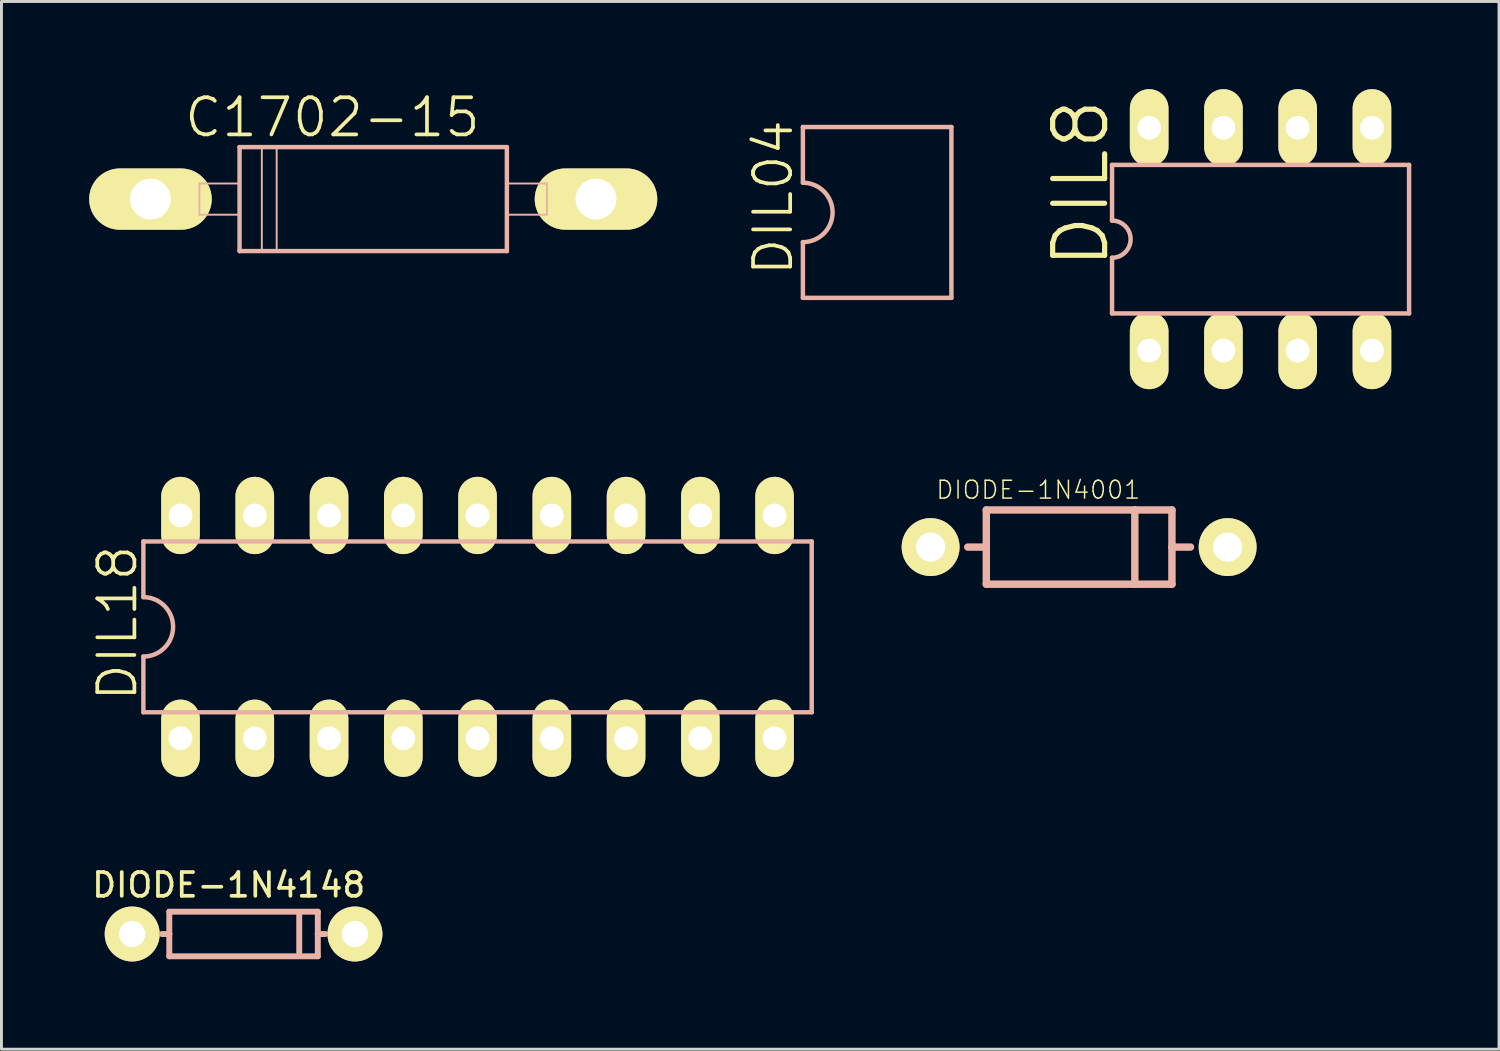
<source format=kicad_pcb>
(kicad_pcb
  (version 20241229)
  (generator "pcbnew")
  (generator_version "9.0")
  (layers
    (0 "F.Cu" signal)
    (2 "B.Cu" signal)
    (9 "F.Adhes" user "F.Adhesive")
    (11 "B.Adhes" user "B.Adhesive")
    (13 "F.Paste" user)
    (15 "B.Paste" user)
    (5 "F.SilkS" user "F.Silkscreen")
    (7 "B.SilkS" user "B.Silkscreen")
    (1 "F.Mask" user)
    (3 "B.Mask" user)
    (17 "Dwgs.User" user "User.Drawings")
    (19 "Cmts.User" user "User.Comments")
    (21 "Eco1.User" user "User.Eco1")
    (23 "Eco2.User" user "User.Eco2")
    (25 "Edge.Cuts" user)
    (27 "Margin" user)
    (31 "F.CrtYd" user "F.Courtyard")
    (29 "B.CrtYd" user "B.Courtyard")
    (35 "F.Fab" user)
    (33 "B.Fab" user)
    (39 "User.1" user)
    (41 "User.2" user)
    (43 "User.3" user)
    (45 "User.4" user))
  (footprint "DIODE-1N4001"
    (layer "F.Cu")
    (at 33.862 15.663)
    (property "Reference" "DIODE-1N4001" (at -1.397 -1.956 0) (layer "F.SilkS") (effects (font (size 0.61 0.61) (thickness 0.051))))
    (attr exclude_from_pos_files exclude_from_bom)
    (fp_line (start -3.175 -1.27) (end -3.175 0) (stroke (width 0.254) (type solid)) (layer "B.SilkS"))
    (fp_line (start -3.175 0) (end -3.81 0) (stroke (width 0.254) (type solid)) (layer "B.SilkS"))
    (fp_line (start -3.175 0) (end -3.175 1.27) (stroke (width 0.254) (type solid)) (layer "B.SilkS"))
    (fp_line (start -3.175 1.27) (end 1.905 1.27) (stroke (width 0.254) (type solid)) (layer "B.SilkS"))
    (fp_line (start 1.905 -1.27) (end -3.175 -1.27) (stroke (width 0.254) (type solid)) (layer "B.SilkS"))
    (fp_line (start 1.905 -1.27) (end 1.905 1.27) (stroke (width 0.254) (type solid)) (layer "B.SilkS"))
    (fp_line (start 1.905 1.27) (end 3.175 1.27) (stroke (width 0.254) (type solid)) (layer "B.SilkS"))
    (fp_line (start 3.175 -1.27) (end 1.905 -1.27) (stroke (width 0.254) (type solid)) (layer "B.SilkS"))
    (fp_line (start 3.175 0) (end 3.175 -1.27) (stroke (width 0.254) (type solid)) (layer "B.SilkS"))
    (fp_line (start 3.175 0) (end 3.81 0) (stroke (width 0.254) (type solid)) (layer "B.SilkS"))
    (fp_line (start 3.175 1.27) (end 3.175 0) (stroke (width 0.254) (type solid)) (layer "B.SilkS"))
    (pad "A" thru_hole circle (at -5.08 0) (size 1.981 1.981) (drill 0.998) (layers "*.Cu" "F.Mask" "F.SilkS" "F.Paste"))
    (pad "C" thru_hole circle (at 5.08 0) (size 1.981 1.981) (drill 0.998) (layers "*.Cu" "F.Mask" "F.SilkS" "F.Paste")))
  (footprint "DIL18"
    (layer "F.Cu")
    (at 13.285 18.392)
    (property "Reference" "DIL18" (at -12.319 -0.127 90) (layer "F.SilkS") (effects (font (size 1.27 1.27) (thickness 0.127))))
    (attr exclude_from_pos_files exclude_from_bom)
    (fp_line (start -11.43 -2.921) (end -11.43 -1.016) (stroke (width 0.152) (type solid)) (layer "B.SilkS"))
    (fp_line (start -11.43 2.921) (end -11.43 1.016) (stroke (width 0.152) (type solid)) (layer "B.SilkS"))
    (fp_line (start -11.43 2.921) (end 11.43 2.921) (stroke (width 0.152) (type solid)) (layer "B.SilkS"))
    (fp_line (start 11.43 -2.921) (end -11.43 -2.921) (stroke (width 0.152) (type solid)) (layer "B.SilkS"))
    (fp_line (start 11.43 -2.921) (end 11.43 2.921) (stroke (width 0.152) (type solid)) (layer "B.SilkS"))
    (fp_arc (start -11.43 -1.016) (mid -10.414 0) (end -11.43 1.016) (stroke (width 0.1524) (type solid)) (layer "B.SilkS"))
    (pad "1" thru_hole oval (at -10.16 3.81 180) (size 1.321 2.642) (drill 0.813) (layers "*.Cu" "F.Mask" "F.SilkS" "F.Paste"))
    (pad "2" thru_hole oval (at -7.62 3.81 180) (size 1.321 2.642) (drill 0.813) (layers "*.Cu" "F.Mask" "F.SilkS" "F.Paste"))
    (pad "3" thru_hole oval (at -5.08 3.81 180) (size 1.321 2.642) (drill 0.813) (layers "*.Cu" "F.Mask" "F.SilkS" "F.Paste"))
    (pad "4" thru_hole oval (at -2.54 3.81 180) (size 1.321 2.642) (drill 0.813) (layers "*.Cu" "F.Mask" "F.SilkS" "F.Paste"))
    (pad "5" thru_hole oval (at 0 3.81 180) (size 1.321 2.642) (drill 0.813) (layers "*.Cu" "F.Mask" "F.SilkS" "F.Paste"))
    (pad "6" thru_hole oval (at 2.54 3.81 180) (size 1.321 2.642) (drill 0.813) (layers "*.Cu" "F.Mask" "F.SilkS" "F.Paste"))
    (pad "7" thru_hole oval (at 5.08 3.81 180) (size 1.321 2.642) (drill 0.813) (layers "*.Cu" "F.Mask" "F.SilkS" "F.Paste"))
    (pad "8" thru_hole oval (at 7.62 3.81 180) (size 1.321 2.642) (drill 0.813) (layers "*.Cu" "F.Mask" "F.SilkS" "F.Paste"))
    (pad "9" thru_hole oval (at 10.16 3.81 180) (size 1.321 2.642) (drill 0.813) (layers "*.Cu" "F.Mask" "F.SilkS" "F.Paste"))
    (pad "10" thru_hole oval (at 10.16 -3.81 180) (size 1.321 2.642) (drill 0.813) (layers "*.Cu" "F.Mask" "F.SilkS" "F.Paste"))
    (pad "11" thru_hole oval (at 7.62 -3.81 180) (size 1.321 2.642) (drill 0.813) (layers "*.Cu" "F.Mask" "F.SilkS" "F.Paste"))
    (pad "12" thru_hole oval (at 5.08 -3.81 180) (size 1.321 2.642) (drill 0.813) (layers "*.Cu" "F.Mask" "F.SilkS" "F.Paste"))
    (pad "13" thru_hole oval (at 2.54 -3.81 180) (size 1.321 2.642) (drill 0.813) (layers "*.Cu" "F.Mask" "F.SilkS" "F.Paste"))
    (pad "14" thru_hole oval (at 0 -3.81 180) (size 1.321 2.642) (drill 0.813) (layers "*.Cu" "F.Mask" "F.SilkS" "F.Paste"))
    (pad "15" thru_hole oval (at -2.54 -3.81 180) (size 1.321 2.642) (drill 0.813) (layers "*.Cu" "F.Mask" "F.SilkS" "F.Paste"))
    (pad "16" thru_hole oval (at -5.08 -3.81 180) (size 1.321 2.642) (drill 0.813) (layers "*.Cu" "F.Mask" "F.SilkS" "F.Paste"))
    (pad "17" thru_hole oval (at -7.62 -3.81 180) (size 1.321 2.642) (drill 0.813) (layers "*.Cu" "F.Mask" "F.SilkS" "F.Paste"))
    (pad "18" thru_hole oval (at -10.16 -3.81 180) (size 1.321 2.642) (drill 0.813) (layers "*.Cu" "F.Mask" "F.SilkS" "F.Paste")))
  (footprint "DIODE-1N4148"
    (layer "F.Cu")
    (at 5.281 28.898)
    (property "Reference" "DIODE-1N4148" (at -0.508 -1.676 0) (layer "F.SilkS") (effects (font (size 0.813 0.813) (thickness 0.127))))
    (attr exclude_from_pos_files exclude_from_bom)
    (fp_line (start -2.54 -0.762) (end 2.54 -0.762) (stroke (width 0.203) (type solid)) (layer "B.SilkS"))
    (fp_line (start -2.54 0) (end -2.794 0) (stroke (width 0.203) (type solid)) (layer "B.SilkS"))
    (fp_line (start -2.54 0) (end -2.54 -0.762) (stroke (width 0.203) (type solid)) (layer "B.SilkS"))
    (fp_line (start -2.54 0.762) (end -2.54 0) (stroke (width 0.203) (type solid)) (layer "B.SilkS"))
    (fp_line (start 1.905 -0.635) (end 1.905 0.635) (stroke (width 0.203) (type solid)) (layer "B.SilkS"))
    (fp_line (start 2.54 -0.762) (end 2.54 0) (stroke (width 0.203) (type solid)) (layer "B.SilkS"))
    (fp_line (start 2.54 0) (end 2.54 0.762) (stroke (width 0.203) (type solid)) (layer "B.SilkS"))
    (fp_line (start 2.54 0) (end 2.794 0) (stroke (width 0.203) (type solid)) (layer "B.SilkS"))
    (fp_line (start 2.54 0.762) (end -2.54 0.762) (stroke (width 0.203) (type solid)) (layer "B.SilkS"))
    (pad "A" thru_hole circle (at -3.81 0) (size 1.88 1.88) (drill 0.899) (layers "*.Cu" "F.Mask" "F.SilkS" "F.Paste"))
    (pad "C" thru_hole circle (at 3.81 0) (size 1.88 1.88) (drill 0.899) (layers "*.Cu" "F.Mask" "F.SilkS" "F.Paste")))
  (footprint "C1702-15"
    (layer "F.Cu")
    (at 9.716 3.76)
    (property "Reference" "C1702-15" (at -1.397 -2.794 0) (layer "F.SilkS") (effects (font (size 1.27 1.27) (thickness 0.127))))
    (attr exclude_from_pos_files exclude_from_bom)
    (fp_line (start -7.62 0) (end -6.096 0) (stroke (width 1.118) (type solid)) (layer "F.SilkS"))
    (fp_line (start 7.62 0) (end 6.096 0) (stroke (width 1.118) (type solid)) (layer "F.SilkS"))
    (fp_line (start -5.944 -0.533) (end -4.572 -0.533) (stroke (width 0.066) (type solid)) (layer "B.SilkS"))
    (fp_line (start -5.944 0.533) (end -5.944 -0.533) (stroke (width 0.066) (type solid)) (layer "B.SilkS"))
    (fp_line (start -5.944 0.533) (end -4.572 0.533) (stroke (width 0.066) (type solid)) (layer "B.SilkS"))
    (fp_line (start -4.572 0.533) (end -4.572 -0.533) (stroke (width 0.066) (type solid)) (layer "B.SilkS"))
    (fp_line (start -4.572 1.778) (end -4.572 -1.778) (stroke (width 0.152) (type solid)) (layer "B.SilkS"))
    (fp_line (start -4.572 1.778) (end 4.572 1.778) (stroke (width 0.152) (type solid)) (layer "B.SilkS"))
    (fp_line (start -3.81 -1.778) (end -3.302 -1.778) (stroke (width 0.066) (type solid)) (layer "B.SilkS"))
    (fp_line (start -3.81 1.778) (end -3.81 -1.778) (stroke (width 0.066) (type solid)) (layer "B.SilkS"))
    (fp_line (start -3.81 1.778) (end -3.302 1.778) (stroke (width 0.066) (type solid)) (layer "B.SilkS"))
    (fp_line (start -3.302 1.778) (end -3.302 -1.778) (stroke (width 0.066) (type solid)) (layer "B.SilkS"))
    (fp_line (start 4.572 -1.778) (end -4.572 -1.778) (stroke (width 0.152) (type solid)) (layer "B.SilkS"))
    (fp_line (start 4.572 -1.778) (end 4.572 1.778) (stroke (width 0.152) (type solid)) (layer "B.SilkS"))
    (fp_line (start 4.572 -0.533) (end 5.944 -0.533) (stroke (width 0.066) (type solid)) (layer "B.SilkS"))
    (fp_line (start 4.572 0.533) (end 4.572 -0.533) (stroke (width 0.066) (type solid)) (layer "B.SilkS"))
    (fp_line (start 4.572 0.533) (end 5.944 0.533) (stroke (width 0.066) (type solid)) (layer "B.SilkS"))
    (fp_line (start 5.944 0.533) (end 5.944 -0.533) (stroke (width 0.066) (type solid)) (layer "B.SilkS"))
    (pad "A" thru_hole oval (at 7.62 0 90) (size 2.095 4.191) (drill 1.397) (layers "*.Cu" "F.Mask" "F.SilkS" "F.Paste"))
    (pad "C" thru_hole oval (at -7.62 0 90) (size 2.095 4.191) (drill 1.397) (layers "*.Cu" "F.Mask" "F.SilkS" "F.Paste")))
  (footprint "DIL8"
    (layer "F.Cu")
    (at 40.068 5.131)
    (property "Reference" "DIL8" (at -6.147 -1.905 90) (layer "F.SilkS") (effects (font (size 1.778 1.778) (thickness 0.178))))
    (attr exclude_from_pos_files exclude_from_bom)
    (fp_line (start -5.08 -2.54) (end -5.08 -0.635) (stroke (width 0.152) (type solid)) (layer "B.SilkS"))
    (fp_line (start -5.08 -2.54) (end 5.08 -2.54) (stroke (width 0.152) (type solid)) (layer "B.SilkS"))
    (fp_line (start -5.08 0.635) (end -5.08 2.54) (stroke (width 0.152) (type solid)) (layer "B.SilkS"))
    (fp_line (start 5.08 2.54) (end -5.08 2.54) (stroke (width 0.152) (type solid)) (layer "B.SilkS"))
    (fp_line (start 5.08 2.54) (end 5.08 -2.54) (stroke (width 0.152) (type solid)) (layer "B.SilkS"))
    (fp_arc (start -5.08 -0.635) (mid -4.445 0) (end -5.08 0.635) (stroke (width 0.1524) (type solid)) (layer "B.SilkS"))
    (pad "1" thru_hole oval (at -3.81 3.81 180) (size 1.321 2.642) (drill 0.813) (layers "*.Cu" "F.Mask" "F.SilkS" "F.Paste"))
    (pad "2" thru_hole oval (at -1.27 3.81 180) (size 1.321 2.642) (drill 0.813) (layers "*.Cu" "F.Mask" "F.SilkS" "F.Paste"))
    (pad "3" thru_hole oval (at 1.27 3.81 180) (size 1.321 2.642) (drill 0.813) (layers "*.Cu" "F.Mask" "F.SilkS" "F.Paste"))
    (pad "4" thru_hole oval (at 3.81 3.81 180) (size 1.321 2.642) (drill 0.813) (layers "*.Cu" "F.Mask" "F.SilkS" "F.Paste"))
    (pad "5" thru_hole oval (at 3.81 -3.81 180) (size 1.321 2.642) (drill 0.813) (layers "*.Cu" "F.Mask" "F.SilkS" "F.Paste"))
    (pad "6" thru_hole oval (at 1.27 -3.81 180) (size 1.321 2.642) (drill 0.813) (layers "*.Cu" "F.Mask" "F.SilkS" "F.Paste"))
    (pad "7" thru_hole oval (at -1.27 -3.81 180) (size 1.321 2.642) (drill 0.813) (layers "*.Cu" "F.Mask" "F.SilkS" "F.Paste"))
    (pad "8" thru_hole oval (at -3.81 -3.81 180) (size 1.321 2.642) (drill 0.813) (layers "*.Cu" "F.Mask" "F.SilkS" "F.Paste")))
  (footprint "DIL04"
    (layer "F.Cu")
    (at 26.953 4.216)
    (property "Reference" "DIL04" (at -3.556 -0.508 90) (layer "F.SilkS") (effects (font (size 1.27 1.27) (thickness 0.127))))
    (attr exclude_from_pos_files exclude_from_bom)
    (fp_line (start -2.54 -2.921) (end -2.54 -1.016) (stroke (width 0.152) (type solid)) (layer "B.SilkS"))
    (fp_line (start -2.54 2.921) (end -2.54 1.016) (stroke (width 0.152) (type solid)) (layer "B.SilkS"))
    (fp_line (start -2.54 2.921) (end 2.54 2.921) (stroke (width 0.152) (type solid)) (layer "B.SilkS"))
    (fp_line (start 2.54 -2.921) (end -2.54 -2.921) (stroke (width 0.152) (type solid)) (layer "B.SilkS"))
    (fp_line (start 2.54 -2.921) (end 2.54 2.921) (stroke (width 0.152) (type solid)) (layer "B.SilkS"))
    (fp_arc (start -2.54 -1.016) (mid -1.524 0) (end -2.54 1.016) (stroke (width 0.1524) (type solid)) (layer "B.SilkS"))
    (pad "1" thru_hole rect (at -1.27 3.81) (size 0.001 0.001) (drill 0.813) (layers "*.Cu" "F.Mask" "F.SilkS" "F.Paste"))
    (pad "2" thru_hole rect (at 1.27 3.81) (size 0.001 0.001) (drill 0.813) (layers "*.Cu" "F.Mask" "F.SilkS" "F.Paste"))
    (pad "3" thru_hole rect (at 1.27 -3.81) (size 0.001 0.001) (drill 0.813) (layers "*.Cu" "F.Mask" "F.SilkS" "F.Paste"))
    (pad "4" thru_hole rect (at -1.27 -3.81) (size 0.001 0.001) (drill 0.813) (layers "*.Cu" "F.Mask" "F.SilkS" "F.Paste")))
  (gr_rect
    (start -3 -3)
    (end 48.224 32.838)
    (stroke (width 0.1) (type default))
    (fill no)
    (layer "Edge.Cuts")))
</source>
